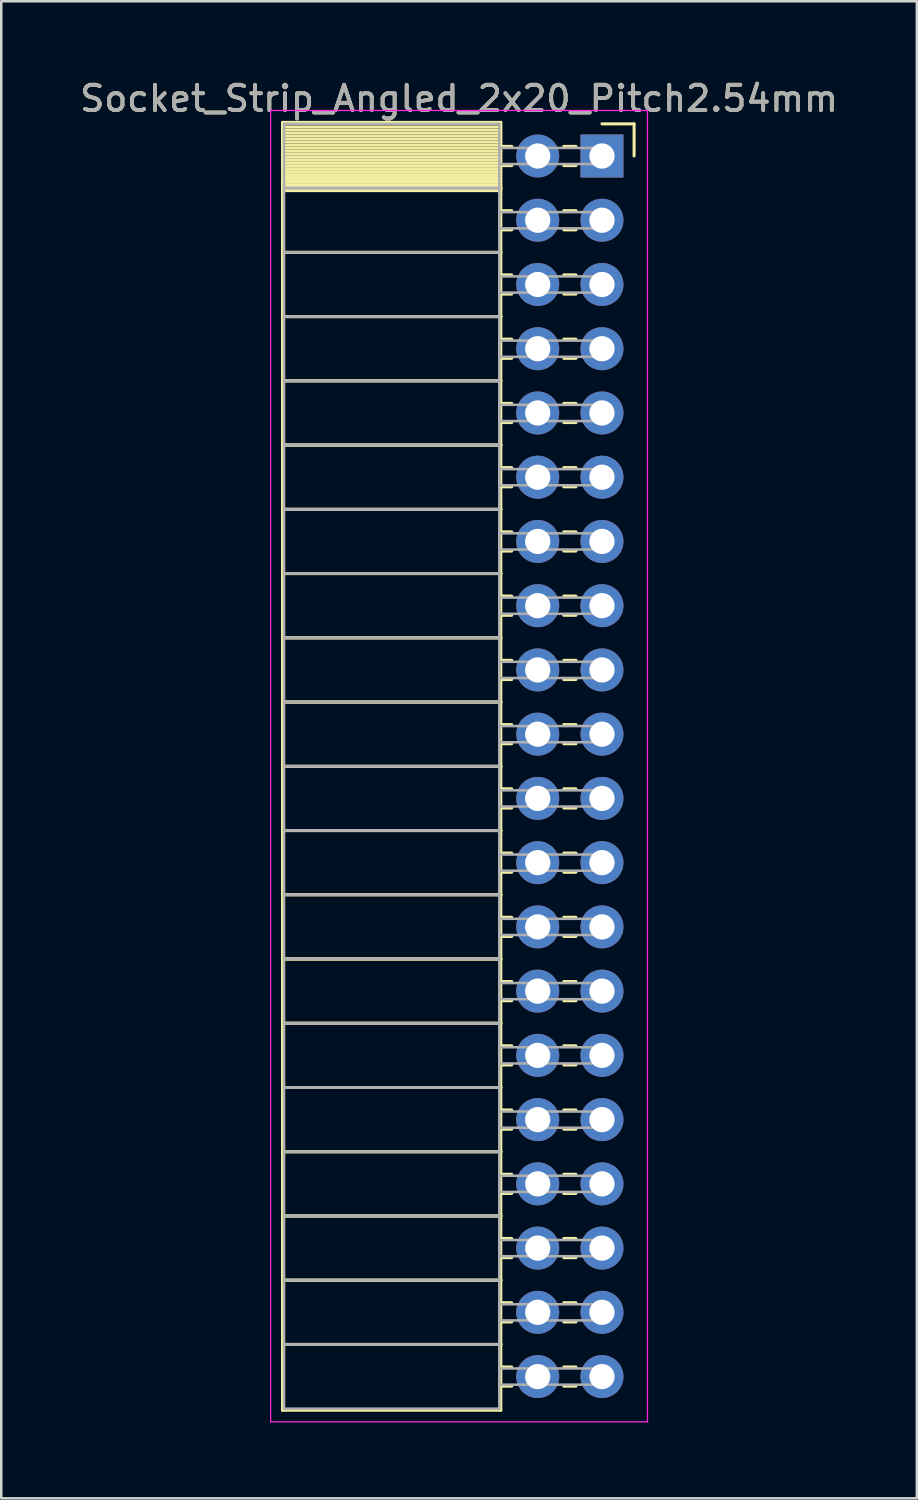
<source format=kicad_pcb>
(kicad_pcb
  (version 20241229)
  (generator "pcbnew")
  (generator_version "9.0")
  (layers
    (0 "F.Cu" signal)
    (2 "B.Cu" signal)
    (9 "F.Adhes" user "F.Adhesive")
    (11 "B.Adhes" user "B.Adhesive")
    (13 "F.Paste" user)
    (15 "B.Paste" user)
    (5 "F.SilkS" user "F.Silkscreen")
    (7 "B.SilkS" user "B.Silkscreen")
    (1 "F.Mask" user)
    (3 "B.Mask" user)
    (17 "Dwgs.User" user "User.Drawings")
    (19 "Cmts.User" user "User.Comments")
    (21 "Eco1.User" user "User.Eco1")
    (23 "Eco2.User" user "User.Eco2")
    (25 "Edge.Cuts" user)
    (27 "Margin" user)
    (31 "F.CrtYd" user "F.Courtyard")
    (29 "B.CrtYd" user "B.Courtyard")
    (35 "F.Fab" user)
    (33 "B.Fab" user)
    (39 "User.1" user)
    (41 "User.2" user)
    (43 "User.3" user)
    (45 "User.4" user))
  (footprint "Socket_Strip_Angled_2x20_Pitch2.54mm"
    (layer "F.Cu")
    (at 20.751 3.118)
    (property "Reference" "Socket_Strip_Angled_2x20_Pitch2.54mm" (at -5.65 -2.27 0) (layer "F.SilkS") (effects (font (size 1 1) (thickness 0.15))))
    (attr through_hole)
    (fp_line (start -12.63 -1.33) (end -4 -1.33) (stroke (width 0.12) (type solid)) (layer "F.SilkS"))
    (fp_line (start -12.63 1.27) (end -12.63 -1.33) (stroke (width 0.12) (type solid)) (layer "F.SilkS"))
    (fp_line (start -12.63 1.27) (end -4 1.27) (stroke (width 0.12) (type solid)) (layer "F.SilkS"))
    (fp_line (start -12.63 3.81) (end -12.63 1.27) (stroke (width 0.12) (type solid)) (layer "F.SilkS"))
    (fp_line (start -12.63 3.81) (end -4 3.81) (stroke (width 0.12) (type solid)) (layer "F.SilkS"))
    (fp_line (start -12.63 6.35) (end -12.63 3.81) (stroke (width 0.12) (type solid)) (layer "F.SilkS"))
    (fp_line (start -12.63 6.35) (end -4 6.35) (stroke (width 0.12) (type solid)) (layer "F.SilkS"))
    (fp_line (start -12.63 8.89) (end -12.63 6.35) (stroke (width 0.12) (type solid)) (layer "F.SilkS"))
    (fp_line (start -12.63 8.89) (end -4 8.89) (stroke (width 0.12) (type solid)) (layer "F.SilkS"))
    (fp_line (start -12.63 11.43) (end -12.63 8.89) (stroke (width 0.12) (type solid)) (layer "F.SilkS"))
    (fp_line (start -12.63 11.43) (end -4 11.43) (stroke (width 0.12) (type solid)) (layer "F.SilkS"))
    (fp_line (start -12.63 13.97) (end -12.63 11.43) (stroke (width 0.12) (type solid)) (layer "F.SilkS"))
    (fp_line (start -12.63 13.97) (end -4 13.97) (stroke (width 0.12) (type solid)) (layer "F.SilkS"))
    (fp_line (start -12.63 16.51) (end -12.63 13.97) (stroke (width 0.12) (type solid)) (layer "F.SilkS"))
    (fp_line (start -12.63 16.51) (end -4 16.51) (stroke (width 0.12) (type solid)) (layer "F.SilkS"))
    (fp_line (start -12.63 19.05) (end -12.63 16.51) (stroke (width 0.12) (type solid)) (layer "F.SilkS"))
    (fp_line (start -12.63 19.05) (end -4 19.05) (stroke (width 0.12) (type solid)) (layer "F.SilkS"))
    (fp_line (start -12.63 21.59) (end -12.63 19.05) (stroke (width 0.12) (type solid)) (layer "F.SilkS"))
    (fp_line (start -12.63 21.59) (end -4 21.59) (stroke (width 0.12) (type solid)) (layer "F.SilkS"))
    (fp_line (start -12.63 24.13) (end -12.63 21.59) (stroke (width 0.12) (type solid)) (layer "F.SilkS"))
    (fp_line (start -12.63 24.13) (end -4 24.13) (stroke (width 0.12) (type solid)) (layer "F.SilkS"))
    (fp_line (start -12.63 26.67) (end -12.63 24.13) (stroke (width 0.12) (type solid)) (layer "F.SilkS"))
    (fp_line (start -12.63 26.67) (end -4 26.67) (stroke (width 0.12) (type solid)) (layer "F.SilkS"))
    (fp_line (start -12.63 29.21) (end -12.63 26.67) (stroke (width 0.12) (type solid)) (layer "F.SilkS"))
    (fp_line (start -12.63 29.21) (end -4 29.21) (stroke (width 0.12) (type solid)) (layer "F.SilkS"))
    (fp_line (start -12.63 31.75) (end -12.63 29.21) (stroke (width 0.12) (type solid)) (layer "F.SilkS"))
    (fp_line (start -12.63 31.75) (end -4 31.75) (stroke (width 0.12) (type solid)) (layer "F.SilkS"))
    (fp_line (start -12.63 34.29) (end -12.63 31.75) (stroke (width 0.12) (type solid)) (layer "F.SilkS"))
    (fp_line (start -12.63 34.29) (end -4 34.29) (stroke (width 0.12) (type solid)) (layer "F.SilkS"))
    (fp_line (start -12.63 36.83) (end -12.63 34.29) (stroke (width 0.12) (type solid)) (layer "F.SilkS"))
    (fp_line (start -12.63 36.83) (end -4 36.83) (stroke (width 0.12) (type solid)) (layer "F.SilkS"))
    (fp_line (start -12.63 39.37) (end -12.63 36.83) (stroke (width 0.12) (type solid)) (layer "F.SilkS"))
    (fp_line (start -12.63 39.37) (end -4 39.37) (stroke (width 0.12) (type solid)) (layer "F.SilkS"))
    (fp_line (start -12.63 41.91) (end -12.63 39.37) (stroke (width 0.12) (type solid)) (layer "F.SilkS"))
    (fp_line (start -12.63 41.91) (end -4 41.91) (stroke (width 0.12) (type solid)) (layer "F.SilkS"))
    (fp_line (start -12.63 44.45) (end -12.63 41.91) (stroke (width 0.12) (type solid)) (layer "F.SilkS"))
    (fp_line (start -12.63 44.45) (end -4 44.45) (stroke (width 0.12) (type solid)) (layer "F.SilkS"))
    (fp_line (start -12.63 46.99) (end -12.63 44.45) (stroke (width 0.12) (type solid)) (layer "F.SilkS"))
    (fp_line (start -12.63 46.99) (end -4 46.99) (stroke (width 0.12) (type solid)) (layer "F.SilkS"))
    (fp_line (start -12.63 49.59) (end -12.63 46.99) (stroke (width 0.12) (type solid)) (layer "F.SilkS"))
    (fp_line (start -4 -1.33) (end -4 1.27) (stroke (width 0.12) (type solid)) (layer "F.SilkS"))
    (fp_line (start -4 -1.15) (end -12.63 -1.15) (stroke (width 0.12) (type solid)) (layer "F.SilkS"))
    (fp_line (start -4 -1.03) (end -12.63 -1.03) (stroke (width 0.12) (type solid)) (layer "F.SilkS"))
    (fp_line (start -4 -0.91) (end -12.63 -0.91) (stroke (width 0.12) (type solid)) (layer "F.SilkS"))
    (fp_line (start -4 -0.79) (end -12.63 -0.79) (stroke (width 0.12) (type solid)) (layer "F.SilkS"))
    (fp_line (start -4 -0.67) (end -12.63 -0.67) (stroke (width 0.12) (type solid)) (layer "F.SilkS"))
    (fp_line (start -4 -0.55) (end -12.63 -0.55) (stroke (width 0.12) (type solid)) (layer "F.SilkS"))
    (fp_line (start -4 -0.43) (end -12.63 -0.43) (stroke (width 0.12) (type solid)) (layer "F.SilkS"))
    (fp_line (start -4 -0.31) (end -12.63 -0.31) (stroke (width 0.12) (type solid)) (layer "F.SilkS"))
    (fp_line (start -4 -0.19) (end -12.63 -0.19) (stroke (width 0.12) (type solid)) (layer "F.SilkS"))
    (fp_line (start -4 -0.07) (end -12.63 -0.07) (stroke (width 0.12) (type solid)) (layer "F.SilkS"))
    (fp_line (start -4 0.05) (end -12.63 0.05) (stroke (width 0.12) (type solid)) (layer "F.SilkS"))
    (fp_line (start -4 0.17) (end -12.63 0.17) (stroke (width 0.12) (type solid)) (layer "F.SilkS"))
    (fp_line (start -4 0.29) (end -12.63 0.29) (stroke (width 0.12) (type solid)) (layer "F.SilkS"))
    (fp_line (start -4 0.41) (end -12.63 0.41) (stroke (width 0.12) (type solid)) (layer "F.SilkS"))
    (fp_line (start -4 0.53) (end -12.63 0.53) (stroke (width 0.12) (type solid)) (layer "F.SilkS"))
    (fp_line (start -4 0.65) (end -12.63 0.65) (stroke (width 0.12) (type solid)) (layer "F.SilkS"))
    (fp_line (start -4 0.77) (end -12.63 0.77) (stroke (width 0.12) (type solid)) (layer "F.SilkS"))
    (fp_line (start -4 0.89) (end -12.63 0.89) (stroke (width 0.12) (type solid)) (layer "F.SilkS"))
    (fp_line (start -4 1.01) (end -12.63 1.01) (stroke (width 0.12) (type solid)) (layer "F.SilkS"))
    (fp_line (start -4 1.13) (end -12.63 1.13) (stroke (width 0.12) (type solid)) (layer "F.SilkS"))
    (fp_line (start -4 1.25) (end -12.63 1.25) (stroke (width 0.12) (type solid)) (layer "F.SilkS"))
    (fp_line (start -4 1.27) (end -12.63 1.27) (stroke (width 0.12) (type solid)) (layer "F.SilkS"))
    (fp_line (start -4 1.27) (end -4 3.81) (stroke (width 0.12) (type solid)) (layer "F.SilkS"))
    (fp_line (start -4 1.37) (end -12.63 1.37) (stroke (width 0.12) (type solid)) (layer "F.SilkS"))
    (fp_line (start -4 3.81) (end -12.63 3.81) (stroke (width 0.12) (type solid)) (layer "F.SilkS"))
    (fp_line (start -4 3.81) (end -4 6.35) (stroke (width 0.12) (type solid)) (layer "F.SilkS"))
    (fp_line (start -4 6.35) (end -12.63 6.35) (stroke (width 0.12) (type solid)) (layer "F.SilkS"))
    (fp_line (start -4 6.35) (end -4 8.89) (stroke (width 0.12) (type solid)) (layer "F.SilkS"))
    (fp_line (start -4 8.89) (end -12.63 8.89) (stroke (width 0.12) (type solid)) (layer "F.SilkS"))
    (fp_line (start -4 8.89) (end -4 11.43) (stroke (width 0.12) (type solid)) (layer "F.SilkS"))
    (fp_line (start -4 11.43) (end -12.63 11.43) (stroke (width 0.12) (type solid)) (layer "F.SilkS"))
    (fp_line (start -4 11.43) (end -4 13.97) (stroke (width 0.12) (type solid)) (layer "F.SilkS"))
    (fp_line (start -4 13.97) (end -12.63 13.97) (stroke (width 0.12) (type solid)) (layer "F.SilkS"))
    (fp_line (start -4 13.97) (end -4 16.51) (stroke (width 0.12) (type solid)) (layer "F.SilkS"))
    (fp_line (start -4 16.51) (end -12.63 16.51) (stroke (width 0.12) (type solid)) (layer "F.SilkS"))
    (fp_line (start -4 16.51) (end -4 19.05) (stroke (width 0.12) (type solid)) (layer "F.SilkS"))
    (fp_line (start -4 19.05) (end -12.63 19.05) (stroke (width 0.12) (type solid)) (layer "F.SilkS"))
    (fp_line (start -4 19.05) (end -4 21.59) (stroke (width 0.12) (type solid)) (layer "F.SilkS"))
    (fp_line (start -4 21.59) (end -12.63 21.59) (stroke (width 0.12) (type solid)) (layer "F.SilkS"))
    (fp_line (start -4 21.59) (end -4 24.13) (stroke (width 0.12) (type solid)) (layer "F.SilkS"))
    (fp_line (start -4 24.13) (end -12.63 24.13) (stroke (width 0.12) (type solid)) (layer "F.SilkS"))
    (fp_line (start -4 24.13) (end -4 26.67) (stroke (width 0.12) (type solid)) (layer "F.SilkS"))
    (fp_line (start -4 26.67) (end -12.63 26.67) (stroke (width 0.12) (type solid)) (layer "F.SilkS"))
    (fp_line (start -4 26.67) (end -4 29.21) (stroke (width 0.12) (type solid)) (layer "F.SilkS"))
    (fp_line (start -4 29.21) (end -12.63 29.21) (stroke (width 0.12) (type solid)) (layer "F.SilkS"))
    (fp_line (start -4 29.21) (end -4 31.75) (stroke (width 0.12) (type solid)) (layer "F.SilkS"))
    (fp_line (start -4 31.75) (end -12.63 31.75) (stroke (width 0.12) (type solid)) (layer "F.SilkS"))
    (fp_line (start -4 31.75) (end -4 34.29) (stroke (width 0.12) (type solid)) (layer "F.SilkS"))
    (fp_line (start -4 34.29) (end -12.63 34.29) (stroke (width 0.12) (type solid)) (layer "F.SilkS"))
    (fp_line (start -4 34.29) (end -4 36.83) (stroke (width 0.12) (type solid)) (layer "F.SilkS"))
    (fp_line (start -4 36.83) (end -12.63 36.83) (stroke (width 0.12) (type solid)) (layer "F.SilkS"))
    (fp_line (start -4 36.83) (end -4 39.37) (stroke (width 0.12) (type solid)) (layer "F.SilkS"))
    (fp_line (start -4 39.37) (end -12.63 39.37) (stroke (width 0.12) (type solid)) (layer "F.SilkS"))
    (fp_line (start -4 39.37) (end -4 41.91) (stroke (width 0.12) (type solid)) (layer "F.SilkS"))
    (fp_line (start -4 41.91) (end -12.63 41.91) (stroke (width 0.12) (type solid)) (layer "F.SilkS"))
    (fp_line (start -4 41.91) (end -4 44.45) (stroke (width 0.12) (type solid)) (layer "F.SilkS"))
    (fp_line (start -4 44.45) (end -12.63 44.45) (stroke (width 0.12) (type solid)) (layer "F.SilkS"))
    (fp_line (start -4 44.45) (end -4 46.99) (stroke (width 0.12) (type solid)) (layer "F.SilkS"))
    (fp_line (start -4 46.99) (end -12.63 46.99) (stroke (width 0.12) (type solid)) (layer "F.SilkS"))
    (fp_line (start -4 46.99) (end -4 49.59) (stroke (width 0.12) (type solid)) (layer "F.SilkS"))
    (fp_line (start -4 49.59) (end -12.63 49.59) (stroke (width 0.12) (type solid)) (layer "F.SilkS"))
    (fp_line (start -3.57 -0.38) (end -4 -0.38) (stroke (width 0.12) (type solid)) (layer "F.SilkS"))
    (fp_line (start -3.57 0.38) (end -4 0.38) (stroke (width 0.12) (type solid)) (layer "F.SilkS"))
    (fp_line (start -3.57 2.16) (end -4 2.16) (stroke (width 0.12) (type solid)) (layer "F.SilkS"))
    (fp_line (start -3.57 2.92) (end -4 2.92) (stroke (width 0.12) (type solid)) (layer "F.SilkS"))
    (fp_line (start -3.57 4.7) (end -4 4.7) (stroke (width 0.12) (type solid)) (layer "F.SilkS"))
    (fp_line (start -3.57 5.46) (end -4 5.46) (stroke (width 0.12) (type solid)) (layer "F.SilkS"))
    (fp_line (start -3.57 7.24) (end -4 7.24) (stroke (width 0.12) (type solid)) (layer "F.SilkS"))
    (fp_line (start -3.57 8) (end -4 8) (stroke (width 0.12) (type solid)) (layer "F.SilkS"))
    (fp_line (start -3.57 9.78) (end -4 9.78) (stroke (width 0.12) (type solid)) (layer "F.SilkS"))
    (fp_line (start -3.57 10.54) (end -4 10.54) (stroke (width 0.12) (type solid)) (layer "F.SilkS"))
    (fp_line (start -3.57 12.32) (end -4 12.32) (stroke (width 0.12) (type solid)) (layer "F.SilkS"))
    (fp_line (start -3.57 13.08) (end -4 13.08) (stroke (width 0.12) (type solid)) (layer "F.SilkS"))
    (fp_line (start -3.57 14.86) (end -4 14.86) (stroke (width 0.12) (type solid)) (layer "F.SilkS"))
    (fp_line (start -3.57 15.62) (end -4 15.62) (stroke (width 0.12) (type solid)) (layer "F.SilkS"))
    (fp_line (start -3.57 17.4) (end -4 17.4) (stroke (width 0.12) (type solid)) (layer "F.SilkS"))
    (fp_line (start -3.57 18.16) (end -4 18.16) (stroke (width 0.12) (type solid)) (layer "F.SilkS"))
    (fp_line (start -3.57 19.94) (end -4 19.94) (stroke (width 0.12) (type solid)) (layer "F.SilkS"))
    (fp_line (start -3.57 20.7) (end -4 20.7) (stroke (width 0.12) (type solid)) (layer "F.SilkS"))
    (fp_line (start -3.57 22.48) (end -4 22.48) (stroke (width 0.12) (type solid)) (layer "F.SilkS"))
    (fp_line (start -3.57 23.24) (end -4 23.24) (stroke (width 0.12) (type solid)) (layer "F.SilkS"))
    (fp_line (start -3.57 25.02) (end -4 25.02) (stroke (width 0.12) (type solid)) (layer "F.SilkS"))
    (fp_line (start -3.57 25.78) (end -4 25.78) (stroke (width 0.12) (type solid)) (layer "F.SilkS"))
    (fp_line (start -3.57 27.56) (end -4 27.56) (stroke (width 0.12) (type solid)) (layer "F.SilkS"))
    (fp_line (start -3.57 28.32) (end -4 28.32) (stroke (width 0.12) (type solid)) (layer "F.SilkS"))
    (fp_line (start -3.57 30.1) (end -4 30.1) (stroke (width 0.12) (type solid)) (layer "F.SilkS"))
    (fp_line (start -3.57 30.86) (end -4 30.86) (stroke (width 0.12) (type solid)) (layer "F.SilkS"))
    (fp_line (start -3.57 32.64) (end -4 32.64) (stroke (width 0.12) (type solid)) (layer "F.SilkS"))
    (fp_line (start -3.57 33.4) (end -4 33.4) (stroke (width 0.12) (type solid)) (layer "F.SilkS"))
    (fp_line (start -3.57 35.18) (end -4 35.18) (stroke (width 0.12) (type solid)) (layer "F.SilkS"))
    (fp_line (start -3.57 35.94) (end -4 35.94) (stroke (width 0.12) (type solid)) (layer "F.SilkS"))
    (fp_line (start -3.57 37.72) (end -4 37.72) (stroke (width 0.12) (type solid)) (layer "F.SilkS"))
    (fp_line (start -3.57 38.48) (end -4 38.48) (stroke (width 0.12) (type solid)) (layer "F.SilkS"))
    (fp_line (start -3.57 40.26) (end -4 40.26) (stroke (width 0.12) (type solid)) (layer "F.SilkS"))
    (fp_line (start -3.57 41.02) (end -4 41.02) (stroke (width 0.12) (type solid)) (layer "F.SilkS"))
    (fp_line (start -3.57 42.8) (end -4 42.8) (stroke (width 0.12) (type solid)) (layer "F.SilkS"))
    (fp_line (start -3.57 43.56) (end -4 43.56) (stroke (width 0.12) (type solid)) (layer "F.SilkS"))
    (fp_line (start -3.57 45.34) (end -4 45.34) (stroke (width 0.12) (type solid)) (layer "F.SilkS"))
    (fp_line (start -3.57 46.1) (end -4 46.1) (stroke (width 0.12) (type solid)) (layer "F.SilkS"))
    (fp_line (start -3.57 47.88) (end -4 47.88) (stroke (width 0.12) (type solid)) (layer "F.SilkS"))
    (fp_line (start -3.57 48.64) (end -4 48.64) (stroke (width 0.12) (type solid)) (layer "F.SilkS"))
    (fp_line (start -1.03 -0.38) (end -1.51 -0.38) (stroke (width 0.12) (type solid)) (layer "F.SilkS"))
    (fp_line (start -1.03 0.38) (end -1.51 0.38) (stroke (width 0.12) (type solid)) (layer "F.SilkS"))
    (fp_line (start -1.03 2.16) (end -1.51 2.16) (stroke (width 0.12) (type solid)) (layer "F.SilkS"))
    (fp_line (start -1.03 2.92) (end -1.51 2.92) (stroke (width 0.12) (type solid)) (layer "F.SilkS"))
    (fp_line (start -1.03 4.7) (end -1.51 4.7) (stroke (width 0.12) (type solid)) (layer "F.SilkS"))
    (fp_line (start -1.03 5.46) (end -1.51 5.46) (stroke (width 0.12) (type solid)) (layer "F.SilkS"))
    (fp_line (start -1.03 7.24) (end -1.51 7.24) (stroke (width 0.12) (type solid)) (layer "F.SilkS"))
    (fp_line (start -1.03 8) (end -1.51 8) (stroke (width 0.12) (type solid)) (layer "F.SilkS"))
    (fp_line (start -1.03 9.78) (end -1.51 9.78) (stroke (width 0.12) (type solid)) (layer "F.SilkS"))
    (fp_line (start -1.03 10.54) (end -1.51 10.54) (stroke (width 0.12) (type solid)) (layer "F.SilkS"))
    (fp_line (start -1.03 12.32) (end -1.51 12.32) (stroke (width 0.12) (type solid)) (layer "F.SilkS"))
    (fp_line (start -1.03 13.08) (end -1.51 13.08) (stroke (width 0.12) (type solid)) (layer "F.SilkS"))
    (fp_line (start -1.03 14.86) (end -1.51 14.86) (stroke (width 0.12) (type solid)) (layer "F.SilkS"))
    (fp_line (start -1.03 15.62) (end -1.51 15.62) (stroke (width 0.12) (type solid)) (layer "F.SilkS"))
    (fp_line (start -1.03 17.4) (end -1.51 17.4) (stroke (width 0.12) (type solid)) (layer "F.SilkS"))
    (fp_line (start -1.03 18.16) (end -1.51 18.16) (stroke (width 0.12) (type solid)) (layer "F.SilkS"))
    (fp_line (start -1.03 19.94) (end -1.51 19.94) (stroke (width 0.12) (type solid)) (layer "F.SilkS"))
    (fp_line (start -1.03 20.7) (end -1.51 20.7) (stroke (width 0.12) (type solid)) (layer "F.SilkS"))
    (fp_line (start -1.03 22.48) (end -1.51 22.48) (stroke (width 0.12) (type solid)) (layer "F.SilkS"))
    (fp_line (start -1.03 23.24) (end -1.51 23.24) (stroke (width 0.12) (type solid)) (layer "F.SilkS"))
    (fp_line (start -1.03 25.02) (end -1.51 25.02) (stroke (width 0.12) (type solid)) (layer "F.SilkS"))
    (fp_line (start -1.03 25.78) (end -1.51 25.78) (stroke (width 0.12) (type solid)) (layer "F.SilkS"))
    (fp_line (start -1.03 27.56) (end -1.51 27.56) (stroke (width 0.12) (type solid)) (layer "F.SilkS"))
    (fp_line (start -1.03 28.32) (end -1.51 28.32) (stroke (width 0.12) (type solid)) (layer "F.SilkS"))
    (fp_line (start -1.03 30.1) (end -1.51 30.1) (stroke (width 0.12) (type solid)) (layer "F.SilkS"))
    (fp_line (start -1.03 30.86) (end -1.51 30.86) (stroke (width 0.12) (type solid)) (layer "F.SilkS"))
    (fp_line (start -1.03 32.64) (end -1.51 32.64) (stroke (width 0.12) (type solid)) (layer "F.SilkS"))
    (fp_line (start -1.03 33.4) (end -1.51 33.4) (stroke (width 0.12) (type solid)) (layer "F.SilkS"))
    (fp_line (start -1.03 35.18) (end -1.51 35.18) (stroke (width 0.12) (type solid)) (layer "F.SilkS"))
    (fp_line (start -1.03 35.94) (end -1.51 35.94) (stroke (width 0.12) (type solid)) (layer "F.SilkS"))
    (fp_line (start -1.03 37.72) (end -1.51 37.72) (stroke (width 0.12) (type solid)) (layer "F.SilkS"))
    (fp_line (start -1.03 38.48) (end -1.51 38.48) (stroke (width 0.12) (type solid)) (layer "F.SilkS"))
    (fp_line (start -1.03 40.26) (end -1.51 40.26) (stroke (width 0.12) (type solid)) (layer "F.SilkS"))
    (fp_line (start -1.03 41.02) (end -1.51 41.02) (stroke (width 0.12) (type solid)) (layer "F.SilkS"))
    (fp_line (start -1.03 42.8) (end -1.51 42.8) (stroke (width 0.12) (type solid)) (layer "F.SilkS"))
    (fp_line (start -1.03 43.56) (end -1.51 43.56) (stroke (width 0.12) (type solid)) (layer "F.SilkS"))
    (fp_line (start -1.03 45.34) (end -1.51 45.34) (stroke (width 0.12) (type solid)) (layer "F.SilkS"))
    (fp_line (start -1.03 46.1) (end -1.51 46.1) (stroke (width 0.12) (type solid)) (layer "F.SilkS"))
    (fp_line (start -1.03 47.88) (end -1.51 47.88) (stroke (width 0.12) (type solid)) (layer "F.SilkS"))
    (fp_line (start -1.03 48.64) (end -1.51 48.64) (stroke (width 0.12) (type solid)) (layer "F.SilkS"))
    (fp_line (start 0 -1.27) (end 1.27 -1.27) (stroke (width 0.12) (type solid)) (layer "F.SilkS"))
    (fp_line (start 1.27 -1.27) (end 1.27 0) (stroke (width 0.12) (type solid)) (layer "F.SilkS"))
    (fp_line (start -13.1 -1.8) (end 1.8 -1.8) (stroke (width 0.05) (type solid)) (layer "F.CrtYd"))
    (fp_line (start -13.1 50.05) (end -13.1 -1.8) (stroke (width 0.05) (type solid)) (layer "F.CrtYd"))
    (fp_line (start 1.8 -1.8) (end 1.8 50.05) (stroke (width 0.05) (type solid)) (layer "F.CrtYd"))
    (fp_line (start 1.8 50.05) (end -13.1 50.05) (stroke (width 0.05) (type solid)) (layer "F.CrtYd"))
    (fp_line (start -12.57 -1.27) (end -4.06 -1.27) (stroke (width 0.1) (type solid)) (layer "F.Fab"))
    (fp_line (start -12.57 1.27) (end -12.57 -1.27) (stroke (width 0.1) (type solid)) (layer "F.Fab"))
    (fp_line (start -12.57 1.27) (end -4.06 1.27) (stroke (width 0.1) (type solid)) (layer "F.Fab"))
    (fp_line (start -12.57 3.81) (end -12.57 1.27) (stroke (width 0.1) (type solid)) (layer "F.Fab"))
    (fp_line (start -12.57 3.81) (end -4.06 3.81) (stroke (width 0.1) (type solid)) (layer "F.Fab"))
    (fp_line (start -12.57 6.35) (end -12.57 3.81) (stroke (width 0.1) (type solid)) (layer "F.Fab"))
    (fp_line (start -12.57 6.35) (end -4.06 6.35) (stroke (width 0.1) (type solid)) (layer "F.Fab"))
    (fp_line (start -12.57 8.89) (end -12.57 6.35) (stroke (width 0.1) (type solid)) (layer "F.Fab"))
    (fp_line (start -12.57 8.89) (end -4.06 8.89) (stroke (width 0.1) (type solid)) (layer "F.Fab"))
    (fp_line (start -12.57 11.43) (end -12.57 8.89) (stroke (width 0.1) (type solid)) (layer "F.Fab"))
    (fp_line (start -12.57 11.43) (end -4.06 11.43) (stroke (width 0.1) (type solid)) (layer "F.Fab"))
    (fp_line (start -12.57 13.97) (end -12.57 11.43) (stroke (width 0.1) (type solid)) (layer "F.Fab"))
    (fp_line (start -12.57 13.97) (end -4.06 13.97) (stroke (width 0.1) (type solid)) (layer "F.Fab"))
    (fp_line (start -12.57 16.51) (end -12.57 13.97) (stroke (width 0.1) (type solid)) (layer "F.Fab"))
    (fp_line (start -12.57 16.51) (end -4.06 16.51) (stroke (width 0.1) (type solid)) (layer "F.Fab"))
    (fp_line (start -12.57 19.05) (end -12.57 16.51) (stroke (width 0.1) (type solid)) (layer "F.Fab"))
    (fp_line (start -12.57 19.05) (end -4.06 19.05) (stroke (width 0.1) (type solid)) (layer "F.Fab"))
    (fp_line (start -12.57 21.59) (end -12.57 19.05) (stroke (width 0.1) (type solid)) (layer "F.Fab"))
    (fp_line (start -12.57 21.59) (end -4.06 21.59) (stroke (width 0.1) (type solid)) (layer "F.Fab"))
    (fp_line (start -12.57 24.13) (end -12.57 21.59) (stroke (width 0.1) (type solid)) (layer "F.Fab"))
    (fp_line (start -12.57 24.13) (end -4.06 24.13) (stroke (width 0.1) (type solid)) (layer "F.Fab"))
    (fp_line (start -12.57 26.67) (end -12.57 24.13) (stroke (width 0.1) (type solid)) (layer "F.Fab"))
    (fp_line (start -12.57 26.67) (end -4.06 26.67) (stroke (width 0.1) (type solid)) (layer "F.Fab"))
    (fp_line (start -12.57 29.21) (end -12.57 26.67) (stroke (width 0.1) (type solid)) (layer "F.Fab"))
    (fp_line (start -12.57 29.21) (end -4.06 29.21) (stroke (width 0.1) (type solid)) (layer "F.Fab"))
    (fp_line (start -12.57 31.75) (end -12.57 29.21) (stroke (width 0.1) (type solid)) (layer "F.Fab"))
    (fp_line (start -12.57 31.75) (end -4.06 31.75) (stroke (width 0.1) (type solid)) (layer "F.Fab"))
    (fp_line (start -12.57 34.29) (end -12.57 31.75) (stroke (width 0.1) (type solid)) (layer "F.Fab"))
    (fp_line (start -12.57 34.29) (end -4.06 34.29) (stroke (width 0.1) (type solid)) (layer "F.Fab"))
    (fp_line (start -12.57 36.83) (end -12.57 34.29) (stroke (width 0.1) (type solid)) (layer "F.Fab"))
    (fp_line (start -12.57 36.83) (end -4.06 36.83) (stroke (width 0.1) (type solid)) (layer "F.Fab"))
    (fp_line (start -12.57 39.37) (end -12.57 36.83) (stroke (width 0.1) (type solid)) (layer "F.Fab"))
    (fp_line (start -12.57 39.37) (end -4.06 39.37) (stroke (width 0.1) (type solid)) (layer "F.Fab"))
    (fp_line (start -12.57 41.91) (end -12.57 39.37) (stroke (width 0.1) (type solid)) (layer "F.Fab"))
    (fp_line (start -12.57 41.91) (end -4.06 41.91) (stroke (width 0.1) (type solid)) (layer "F.Fab"))
    (fp_line (start -12.57 44.45) (end -12.57 41.91) (stroke (width 0.1) (type solid)) (layer "F.Fab"))
    (fp_line (start -12.57 44.45) (end -4.06 44.45) (stroke (width 0.1) (type solid)) (layer "F.Fab"))
    (fp_line (start -12.57 46.99) (end -12.57 44.45) (stroke (width 0.1) (type solid)) (layer "F.Fab"))
    (fp_line (start -12.57 46.99) (end -4.06 46.99) (stroke (width 0.1) (type solid)) (layer "F.Fab"))
    (fp_line (start -12.57 49.53) (end -12.57 46.99) (stroke (width 0.1) (type solid)) (layer "F.Fab"))
    (fp_line (start -4.06 -1.27) (end -4.06 1.27) (stroke (width 0.1) (type solid)) (layer "F.Fab"))
    (fp_line (start -4.06 -0.32) (end 0 -0.32) (stroke (width 0.1) (type solid)) (layer "F.Fab"))
    (fp_line (start -4.06 0.32) (end -4.06 -0.32) (stroke (width 0.1) (type solid)) (layer "F.Fab"))
    (fp_line (start -4.06 1.27) (end -12.57 1.27) (stroke (width 0.1) (type solid)) (layer "F.Fab"))
    (fp_line (start -4.06 1.27) (end -4.06 3.81) (stroke (width 0.1) (type solid)) (layer "F.Fab"))
    (fp_line (start -4.06 2.22) (end 0 2.22) (stroke (width 0.1) (type solid)) (layer "F.Fab"))
    (fp_line (start -4.06 2.86) (end -4.06 2.22) (stroke (width 0.1) (type solid)) (layer "F.Fab"))
    (fp_line (start -4.06 3.81) (end -12.57 3.81) (stroke (width 0.1) (type solid)) (layer "F.Fab"))
    (fp_line (start -4.06 3.81) (end -4.06 6.35) (stroke (width 0.1) (type solid)) (layer "F.Fab"))
    (fp_line (start -4.06 4.76) (end 0 4.76) (stroke (width 0.1) (type solid)) (layer "F.Fab"))
    (fp_line (start -4.06 5.4) (end -4.06 4.76) (stroke (width 0.1) (type solid)) (layer "F.Fab"))
    (fp_line (start -4.06 6.35) (end -12.57 6.35) (stroke (width 0.1) (type solid)) (layer "F.Fab"))
    (fp_line (start -4.06 6.35) (end -4.06 8.89) (stroke (width 0.1) (type solid)) (layer "F.Fab"))
    (fp_line (start -4.06 7.3) (end 0 7.3) (stroke (width 0.1) (type solid)) (layer "F.Fab"))
    (fp_line (start -4.06 7.94) (end -4.06 7.3) (stroke (width 0.1) (type solid)) (layer "F.Fab"))
    (fp_line (start -4.06 8.89) (end -12.57 8.89) (stroke (width 0.1) (type solid)) (layer "F.Fab"))
    (fp_line (start -4.06 8.89) (end -4.06 11.43) (stroke (width 0.1) (type solid)) (layer "F.Fab"))
    (fp_line (start -4.06 9.84) (end 0 9.84) (stroke (width 0.1) (type solid)) (layer "F.Fab"))
    (fp_line (start -4.06 10.48) (end -4.06 9.84) (stroke (width 0.1) (type solid)) (layer "F.Fab"))
    (fp_line (start -4.06 11.43) (end -12.57 11.43) (stroke (width 0.1) (type solid)) (layer "F.Fab"))
    (fp_line (start -4.06 11.43) (end -4.06 13.97) (stroke (width 0.1) (type solid)) (layer "F.Fab"))
    (fp_line (start -4.06 12.38) (end 0 12.38) (stroke (width 0.1) (type solid)) (layer "F.Fab"))
    (fp_line (start -4.06 13.02) (end -4.06 12.38) (stroke (width 0.1) (type solid)) (layer "F.Fab"))
    (fp_line (start -4.06 13.97) (end -12.57 13.97) (stroke (width 0.1) (type solid)) (layer "F.Fab"))
    (fp_line (start -4.06 13.97) (end -4.06 16.51) (stroke (width 0.1) (type solid)) (layer "F.Fab"))
    (fp_line (start -4.06 14.92) (end 0 14.92) (stroke (width 0.1) (type solid)) (layer "F.Fab"))
    (fp_line (start -4.06 15.56) (end -4.06 14.92) (stroke (width 0.1) (type solid)) (layer "F.Fab"))
    (fp_line (start -4.06 16.51) (end -12.57 16.51) (stroke (width 0.1) (type solid)) (layer "F.Fab"))
    (fp_line (start -4.06 16.51) (end -4.06 19.05) (stroke (width 0.1) (type solid)) (layer "F.Fab"))
    (fp_line (start -4.06 17.46) (end 0 17.46) (stroke (width 0.1) (type solid)) (layer "F.Fab"))
    (fp_line (start -4.06 18.1) (end -4.06 17.46) (stroke (width 0.1) (type solid)) (layer "F.Fab"))
    (fp_line (start -4.06 19.05) (end -12.57 19.05) (stroke (width 0.1) (type solid)) (layer "F.Fab"))
    (fp_line (start -4.06 19.05) (end -4.06 21.59) (stroke (width 0.1) (type solid)) (layer "F.Fab"))
    (fp_line (start -4.06 20) (end 0 20) (stroke (width 0.1) (type solid)) (layer "F.Fab"))
    (fp_line (start -4.06 20.64) (end -4.06 20) (stroke (width 0.1) (type solid)) (layer "F.Fab"))
    (fp_line (start -4.06 21.59) (end -12.57 21.59) (stroke (width 0.1) (type solid)) (layer "F.Fab"))
    (fp_line (start -4.06 21.59) (end -4.06 24.13) (stroke (width 0.1) (type solid)) (layer "F.Fab"))
    (fp_line (start -4.06 22.54) (end 0 22.54) (stroke (width 0.1) (type solid)) (layer "F.Fab"))
    (fp_line (start -4.06 23.18) (end -4.06 22.54) (stroke (width 0.1) (type solid)) (layer "F.Fab"))
    (fp_line (start -4.06 24.13) (end -12.57 24.13) (stroke (width 0.1) (type solid)) (layer "F.Fab"))
    (fp_line (start -4.06 24.13) (end -4.06 26.67) (stroke (width 0.1) (type solid)) (layer "F.Fab"))
    (fp_line (start -4.06 25.08) (end 0 25.08) (stroke (width 0.1) (type solid)) (layer "F.Fab"))
    (fp_line (start -4.06 25.72) (end -4.06 25.08) (stroke (width 0.1) (type solid)) (layer "F.Fab"))
    (fp_line (start -4.06 26.67) (end -12.57 26.67) (stroke (width 0.1) (type solid)) (layer "F.Fab"))
    (fp_line (start -4.06 26.67) (end -4.06 29.21) (stroke (width 0.1) (type solid)) (layer "F.Fab"))
    (fp_line (start -4.06 27.62) (end 0 27.62) (stroke (width 0.1) (type solid)) (layer "F.Fab"))
    (fp_line (start -4.06 28.26) (end -4.06 27.62) (stroke (width 0.1) (type solid)) (layer "F.Fab"))
    (fp_line (start -4.06 29.21) (end -12.57 29.21) (stroke (width 0.1) (type solid)) (layer "F.Fab"))
    (fp_line (start -4.06 29.21) (end -4.06 31.75) (stroke (width 0.1) (type solid)) (layer "F.Fab"))
    (fp_line (start -4.06 30.16) (end 0 30.16) (stroke (width 0.1) (type solid)) (layer "F.Fab"))
    (fp_line (start -4.06 30.8) (end -4.06 30.16) (stroke (width 0.1) (type solid)) (layer "F.Fab"))
    (fp_line (start -4.06 31.75) (end -12.57 31.75) (stroke (width 0.1) (type solid)) (layer "F.Fab"))
    (fp_line (start -4.06 31.75) (end -4.06 34.29) (stroke (width 0.1) (type solid)) (layer "F.Fab"))
    (fp_line (start -4.06 32.7) (end 0 32.7) (stroke (width 0.1) (type solid)) (layer "F.Fab"))
    (fp_line (start -4.06 33.34) (end -4.06 32.7) (stroke (width 0.1) (type solid)) (layer "F.Fab"))
    (fp_line (start -4.06 34.29) (end -12.57 34.29) (stroke (width 0.1) (type solid)) (layer "F.Fab"))
    (fp_line (start -4.06 34.29) (end -4.06 36.83) (stroke (width 0.1) (type solid)) (layer "F.Fab"))
    (fp_line (start -4.06 35.24) (end 0 35.24) (stroke (width 0.1) (type solid)) (layer "F.Fab"))
    (fp_line (start -4.06 35.88) (end -4.06 35.24) (stroke (width 0.1) (type solid)) (layer "F.Fab"))
    (fp_line (start -4.06 36.83) (end -12.57 36.83) (stroke (width 0.1) (type solid)) (layer "F.Fab"))
    (fp_line (start -4.06 36.83) (end -4.06 39.37) (stroke (width 0.1) (type solid)) (layer "F.Fab"))
    (fp_line (start -4.06 37.78) (end 0 37.78) (stroke (width 0.1) (type solid)) (layer "F.Fab"))
    (fp_line (start -4.06 38.42) (end -4.06 37.78) (stroke (width 0.1) (type solid)) (layer "F.Fab"))
    (fp_line (start -4.06 39.37) (end -12.57 39.37) (stroke (width 0.1) (type solid)) (layer "F.Fab"))
    (fp_line (start -4.06 39.37) (end -4.06 41.91) (stroke (width 0.1) (type solid)) (layer "F.Fab"))
    (fp_line (start -4.06 40.32) (end 0 40.32) (stroke (width 0.1) (type solid)) (layer "F.Fab"))
    (fp_line (start -4.06 40.96) (end -4.06 40.32) (stroke (width 0.1) (type solid)) (layer "F.Fab"))
    (fp_line (start -4.06 41.91) (end -12.57 41.91) (stroke (width 0.1) (type solid)) (layer "F.Fab"))
    (fp_line (start -4.06 41.91) (end -4.06 44.45) (stroke (width 0.1) (type solid)) (layer "F.Fab"))
    (fp_line (start -4.06 42.86) (end 0 42.86) (stroke (width 0.1) (type solid)) (layer "F.Fab"))
    (fp_line (start -4.06 43.5) (end -4.06 42.86) (stroke (width 0.1) (type solid)) (layer "F.Fab"))
    (fp_line (start -4.06 44.45) (end -12.57 44.45) (stroke (width 0.1) (type solid)) (layer "F.Fab"))
    (fp_line (start -4.06 44.45) (end -4.06 46.99) (stroke (width 0.1) (type solid)) (layer "F.Fab"))
    (fp_line (start -4.06 45.4) (end 0 45.4) (stroke (width 0.1) (type solid)) (layer "F.Fab"))
    (fp_line (start -4.06 46.04) (end -4.06 45.4) (stroke (width 0.1) (type solid)) (layer "F.Fab"))
    (fp_line (start -4.06 46.99) (end -12.57 46.99) (stroke (width 0.1) (type solid)) (layer "F.Fab"))
    (fp_line (start -4.06 46.99) (end -4.06 49.53) (stroke (width 0.1) (type solid)) (layer "F.Fab"))
    (fp_line (start -4.06 47.94) (end 0 47.94) (stroke (width 0.1) (type solid)) (layer "F.Fab"))
    (fp_line (start -4.06 48.58) (end -4.06 47.94) (stroke (width 0.1) (type solid)) (layer "F.Fab"))
    (fp_line (start -4.06 49.53) (end -12.57 49.53) (stroke (width 0.1) (type solid)) (layer "F.Fab"))
    (fp_line (start 0 -0.32) (end 0 0.32) (stroke (width 0.1) (type solid)) (layer "F.Fab"))
    (fp_line (start 0 0.32) (end -4.06 0.32) (stroke (width 0.1) (type solid)) (layer "F.Fab"))
    (fp_line (start 0 2.22) (end 0 2.86) (stroke (width 0.1) (type solid)) (layer "F.Fab"))
    (fp_line (start 0 2.86) (end -4.06 2.86) (stroke (width 0.1) (type solid)) (layer "F.Fab"))
    (fp_line (start 0 4.76) (end 0 5.4) (stroke (width 0.1) (type solid)) (layer "F.Fab"))
    (fp_line (start 0 5.4) (end -4.06 5.4) (stroke (width 0.1) (type solid)) (layer "F.Fab"))
    (fp_line (start 0 7.3) (end 0 7.94) (stroke (width 0.1) (type solid)) (layer "F.Fab"))
    (fp_line (start 0 7.94) (end -4.06 7.94) (stroke (width 0.1) (type solid)) (layer "F.Fab"))
    (fp_line (start 0 9.84) (end 0 10.48) (stroke (width 0.1) (type solid)) (layer "F.Fab"))
    (fp_line (start 0 10.48) (end -4.06 10.48) (stroke (width 0.1) (type solid)) (layer "F.Fab"))
    (fp_line (start 0 12.38) (end 0 13.02) (stroke (width 0.1) (type solid)) (layer "F.Fab"))
    (fp_line (start 0 13.02) (end -4.06 13.02) (stroke (width 0.1) (type solid)) (layer "F.Fab"))
    (fp_line (start 0 14.92) (end 0 15.56) (stroke (width 0.1) (type solid)) (layer "F.Fab"))
    (fp_line (start 0 15.56) (end -4.06 15.56) (stroke (width 0.1) (type solid)) (layer "F.Fab"))
    (fp_line (start 0 17.46) (end 0 18.1) (stroke (width 0.1) (type solid)) (layer "F.Fab"))
    (fp_line (start 0 18.1) (end -4.06 18.1) (stroke (width 0.1) (type solid)) (layer "F.Fab"))
    (fp_line (start 0 20) (end 0 20.64) (stroke (width 0.1) (type solid)) (layer "F.Fab"))
    (fp_line (start 0 20.64) (end -4.06 20.64) (stroke (width 0.1) (type solid)) (layer "F.Fab"))
    (fp_line (start 0 22.54) (end 0 23.18) (stroke (width 0.1) (type solid)) (layer "F.Fab"))
    (fp_line (start 0 23.18) (end -4.06 23.18) (stroke (width 0.1) (type solid)) (layer "F.Fab"))
    (fp_line (start 0 25.08) (end 0 25.72) (stroke (width 0.1) (type solid)) (layer "F.Fab"))
    (fp_line (start 0 25.72) (end -4.06 25.72) (stroke (width 0.1) (type solid)) (layer "F.Fab"))
    (fp_line (start 0 27.62) (end 0 28.26) (stroke (width 0.1) (type solid)) (layer "F.Fab"))
    (fp_line (start 0 28.26) (end -4.06 28.26) (stroke (width 0.1) (type solid)) (layer "F.Fab"))
    (fp_line (start 0 30.16) (end 0 30.8) (stroke (width 0.1) (type solid)) (layer "F.Fab"))
    (fp_line (start 0 30.8) (end -4.06 30.8) (stroke (width 0.1) (type solid)) (layer "F.Fab"))
    (fp_line (start 0 32.7) (end 0 33.34) (stroke (width 0.1) (type solid)) (layer "F.Fab"))
    (fp_line (start 0 33.34) (end -4.06 33.34) (stroke (width 0.1) (type solid)) (layer "F.Fab"))
    (fp_line (start 0 35.24) (end 0 35.88) (stroke (width 0.1) (type solid)) (layer "F.Fab"))
    (fp_line (start 0 35.88) (end -4.06 35.88) (stroke (width 0.1) (type solid)) (layer "F.Fab"))
    (fp_line (start 0 37.78) (end 0 38.42) (stroke (width 0.1) (type solid)) (layer "F.Fab"))
    (fp_line (start 0 38.42) (end -4.06 38.42) (stroke (width 0.1) (type solid)) (layer "F.Fab"))
    (fp_line (start 0 40.32) (end 0 40.96) (stroke (width 0.1) (type solid)) (layer "F.Fab"))
    (fp_line (start 0 40.96) (end -4.06 40.96) (stroke (width 0.1) (type solid)) (layer "F.Fab"))
    (fp_line (start 0 42.86) (end 0 43.5) (stroke (width 0.1) (type solid)) (layer "F.Fab"))
    (fp_line (start 0 43.5) (end -4.06 43.5) (stroke (width 0.1) (type solid)) (layer "F.Fab"))
    (fp_line (start 0 45.4) (end 0 46.04) (stroke (width 0.1) (type solid)) (layer "F.Fab"))
    (fp_line (start 0 46.04) (end -4.06 46.04) (stroke (width 0.1) (type solid)) (layer "F.Fab"))
    (fp_line (start 0 47.94) (end 0 48.58) (stroke (width 0.1) (type solid)) (layer "F.Fab"))
    (fp_line (start 0 48.58) (end -4.06 48.58) (stroke (width 0.1) (type solid)) (layer "F.Fab"))
    (fp_text user "${REFERENCE}" (at -5.65 -2.27 0) (layer "F.Fab") (effects (font (size 1 1) (thickness 0.15))))
    (pad "1" thru_hole rect (at 0 0) (size 1.7 1.7) (drill 1) (layers "*.Cu" "*.Mask"))
    (pad "2" thru_hole oval (at -2.54 0) (size 1.7 1.7) (drill 1) (layers "*.Cu" "*.Mask"))
    (pad "3" thru_hole oval (at 0 2.54) (size 1.7 1.7) (drill 1) (layers "*.Cu" "*.Mask"))
    (pad "4" thru_hole oval (at -2.54 2.54) (size 1.7 1.7) (drill 1) (layers "*.Cu" "*.Mask"))
    (pad "5" thru_hole oval (at 0 5.08) (size 1.7 1.7) (drill 1) (layers "*.Cu" "*.Mask"))
    (pad "6" thru_hole oval (at -2.54 5.08) (size 1.7 1.7) (drill 1) (layers "*.Cu" "*.Mask"))
    (pad "7" thru_hole oval (at 0 7.62) (size 1.7 1.7) (drill 1) (layers "*.Cu" "*.Mask"))
    (pad "8" thru_hole oval (at -2.54 7.62) (size 1.7 1.7) (drill 1) (layers "*.Cu" "*.Mask"))
    (pad "9" thru_hole oval (at 0 10.16) (size 1.7 1.7) (drill 1) (layers "*.Cu" "*.Mask"))
    (pad "10" thru_hole oval (at -2.54 10.16) (size 1.7 1.7) (drill 1) (layers "*.Cu" "*.Mask"))
    (pad "11" thru_hole oval (at 0 12.7) (size 1.7 1.7) (drill 1) (layers "*.Cu" "*.Mask"))
    (pad "12" thru_hole oval (at -2.54 12.7) (size 1.7 1.7) (drill 1) (layers "*.Cu" "*.Mask"))
    (pad "13" thru_hole oval (at 0 15.24) (size 1.7 1.7) (drill 1) (layers "*.Cu" "*.Mask"))
    (pad "14" thru_hole oval (at -2.54 15.24) (size 1.7 1.7) (drill 1) (layers "*.Cu" "*.Mask"))
    (pad "15" thru_hole oval (at 0 17.78) (size 1.7 1.7) (drill 1) (layers "*.Cu" "*.Mask"))
    (pad "16" thru_hole oval (at -2.54 17.78) (size 1.7 1.7) (drill 1) (layers "*.Cu" "*.Mask"))
    (pad "17" thru_hole oval (at 0 20.32) (size 1.7 1.7) (drill 1) (layers "*.Cu" "*.Mask"))
    (pad "18" thru_hole oval (at -2.54 20.32) (size 1.7 1.7) (drill 1) (layers "*.Cu" "*.Mask"))
    (pad "19" thru_hole oval (at 0 22.86) (size 1.7 1.7) (drill 1) (layers "*.Cu" "*.Mask"))
    (pad "20" thru_hole oval (at -2.54 22.86) (size 1.7 1.7) (drill 1) (layers "*.Cu" "*.Mask"))
    (pad "21" thru_hole oval (at 0 25.4) (size 1.7 1.7) (drill 1) (layers "*.Cu" "*.Mask"))
    (pad "22" thru_hole oval (at -2.54 25.4) (size 1.7 1.7) (drill 1) (layers "*.Cu" "*.Mask"))
    (pad "23" thru_hole oval (at 0 27.94) (size 1.7 1.7) (drill 1) (layers "*.Cu" "*.Mask"))
    (pad "24" thru_hole oval (at -2.54 27.94) (size 1.7 1.7) (drill 1) (layers "*.Cu" "*.Mask"))
    (pad "25" thru_hole oval (at 0 30.48) (size 1.7 1.7) (drill 1) (layers "*.Cu" "*.Mask"))
    (pad "26" thru_hole oval (at -2.54 30.48) (size 1.7 1.7) (drill 1) (layers "*.Cu" "*.Mask"))
    (pad "27" thru_hole oval (at 0 33.02) (size 1.7 1.7) (drill 1) (layers "*.Cu" "*.Mask"))
    (pad "28" thru_hole oval (at -2.54 33.02) (size 1.7 1.7) (drill 1) (layers "*.Cu" "*.Mask"))
    (pad "29" thru_hole oval (at 0 35.56) (size 1.7 1.7) (drill 1) (layers "*.Cu" "*.Mask"))
    (pad "30" thru_hole oval (at -2.54 35.56) (size 1.7 1.7) (drill 1) (layers "*.Cu" "*.Mask"))
    (pad "31" thru_hole oval (at 0 38.1) (size 1.7 1.7) (drill 1) (layers "*.Cu" "*.Mask"))
    (pad "32" thru_hole oval (at -2.54 38.1) (size 1.7 1.7) (drill 1) (layers "*.Cu" "*.Mask"))
    (pad "33" thru_hole oval (at 0 40.64) (size 1.7 1.7) (drill 1) (layers "*.Cu" "*.Mask"))
    (pad "34" thru_hole oval (at -2.54 40.64) (size 1.7 1.7) (drill 1) (layers "*.Cu" "*.Mask"))
    (pad "35" thru_hole oval (at 0 43.18) (size 1.7 1.7) (drill 1) (layers "*.Cu" "*.Mask"))
    (pad "36" thru_hole oval (at -2.54 43.18) (size 1.7 1.7) (drill 1) (layers "*.Cu" "*.Mask"))
    (pad "37" thru_hole oval (at 0 45.72) (size 1.7 1.7) (drill 1) (layers "*.Cu" "*.Mask"))
    (pad "38" thru_hole oval (at -2.54 45.72) (size 1.7 1.7) (drill 1) (layers "*.Cu" "*.Mask"))
    (pad "39" thru_hole oval (at 0 48.26) (size 1.7 1.7) (drill 1) (layers "*.Cu" "*.Mask"))
    (pad "40" thru_hole oval (at -2.54 48.26) (size 1.7 1.7) (drill 1) (layers "*.Cu" "*.Mask")))
  (gr_rect
    (start -3 -3)
    (end 33.202 56.193)
    (stroke (width 0.1) (type default))
    (fill no)
    (layer "Edge.Cuts")))
</source>
